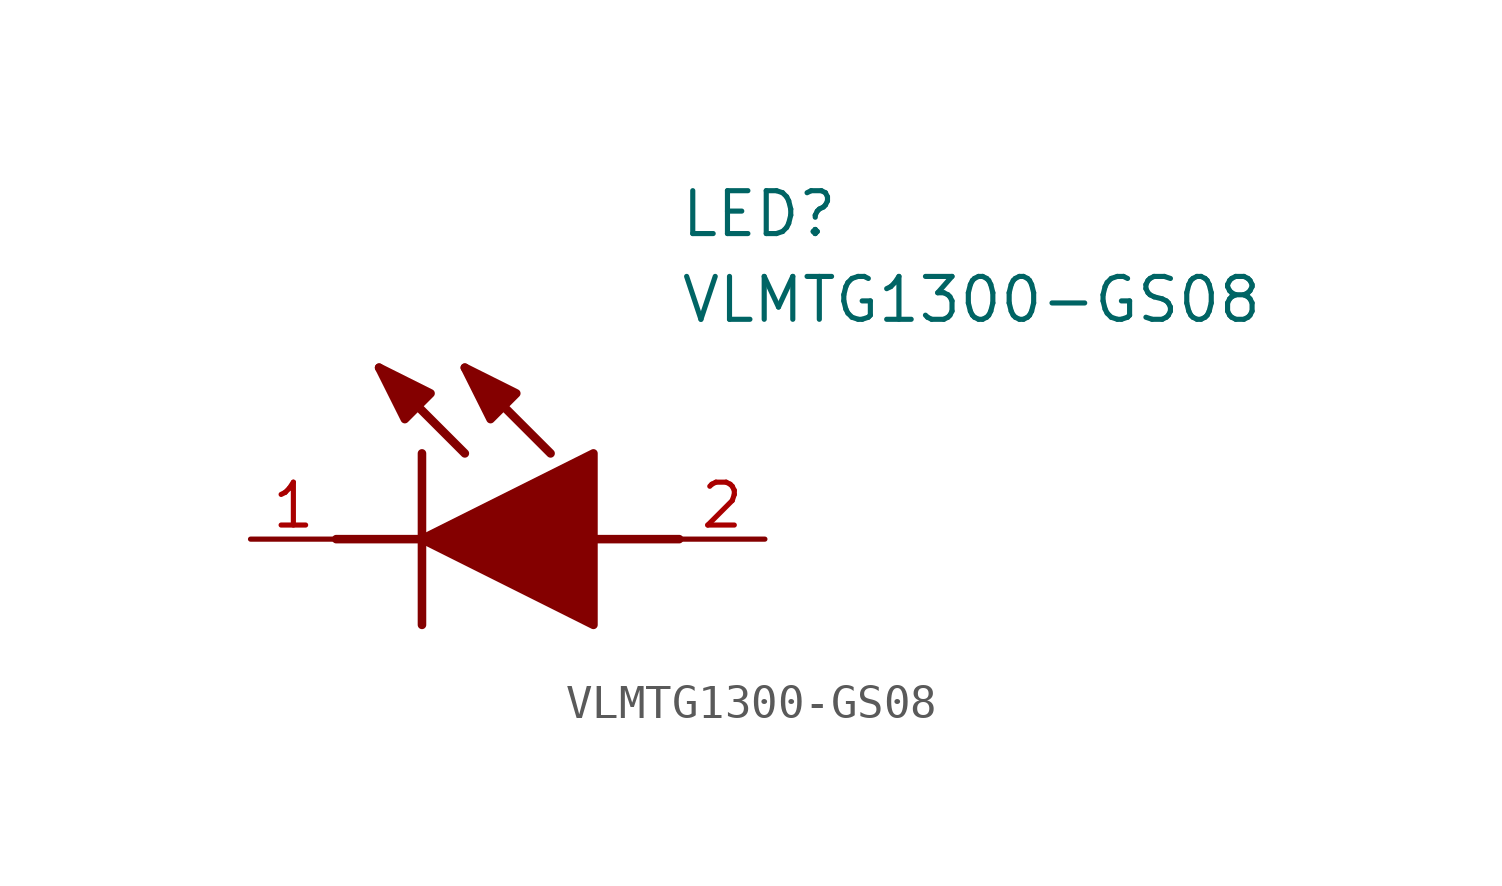
<source format=kicad_sym>
(kicad_symbol_lib
  (version 20211014)
  (generator SamacSys_ECAD_Model)
  (symbol "VLMTG1300-GS08"
    (pin_names hide)
    (property "Reference" "LED"
      (at 12.7 8.89 0)
      (effects (font (size 1.27 1.27)) (justify left bottom)))
    (property "Value" "VLMTG1300-GS08"
      (at 12.7 6.35 0)
      (effects (font (size 1.27 1.27)) (justify left bottom)))
    (polyline
      (pts (xy 5.08 2.54) (xy 5.08 -2.54))
      (stroke (width 0.254) (type default))
      (fill (type none)))
    (polyline
      (pts (xy 6.35 2.54) (xy 3.81 5.08))
      (stroke (width 0.254) (type default))
      (fill (type none)))
    (polyline
      (pts (xy 8.89 2.54) (xy 6.35 5.08))
      (stroke (width 0.254) (type default))
      (fill (type none)))
    (polyline
      (pts (xy 2.54 0) (xy 5.08 0))
      (stroke (width 0.254) (type default))
      (fill (type none)))
    (polyline
      (pts (xy 10.16 0) (xy 12.7 0))
      (stroke (width 0.254) (type default))
      (fill (type none)))
    (polyline
      (pts (xy 5.08 0) (xy 10.16 2.54) (xy 10.16 -2.54) (xy 5.08 0))
      (stroke (width 0.254) (type default))
      (fill (type outline)))
    (polyline
      (pts (xy 5.334 4.318) (xy 4.572 3.556) (xy 3.81 5.08) (xy 5.334 4.318))
      (stroke (width 0.254) (type default))
      (fill (type outline)))
    (polyline
      (pts (xy 7.874 4.318) (xy 7.112 3.556) (xy 6.35 5.08) (xy 7.874 4.318))
      (stroke (width 0.254) (type default))
      (fill (type outline)))
    (pin passive line
      (at 0 0 0)
      (length 2.54)
      (name "K" (effects (font (size 1.27 1.27))))
      (number "1" (effects (font (size 1.27 1.27)))))
    (pin passive line
      (at 15.24 0 180)
      (length 2.54)
      (name "A" (effects (font (size 1.27 1.27))))
      (number "2" (effects (font (size 1.27 1.27)))))))
</source>
